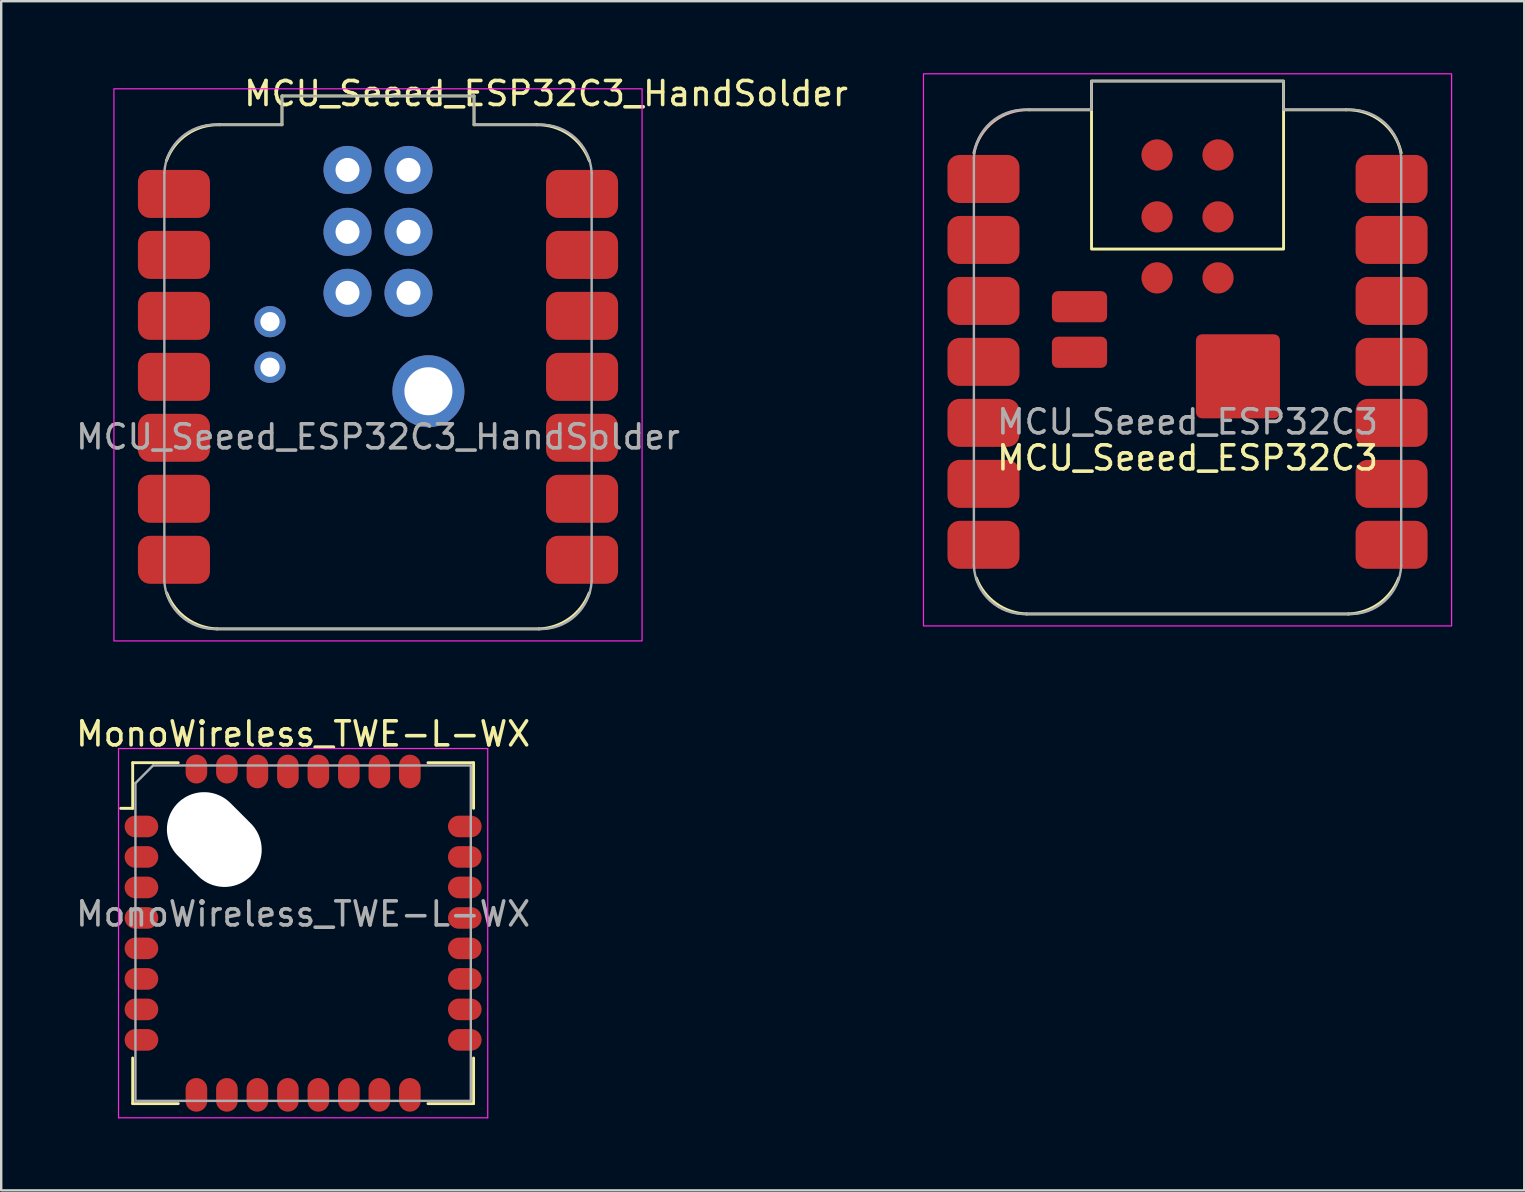
<source format=kicad_pcb>
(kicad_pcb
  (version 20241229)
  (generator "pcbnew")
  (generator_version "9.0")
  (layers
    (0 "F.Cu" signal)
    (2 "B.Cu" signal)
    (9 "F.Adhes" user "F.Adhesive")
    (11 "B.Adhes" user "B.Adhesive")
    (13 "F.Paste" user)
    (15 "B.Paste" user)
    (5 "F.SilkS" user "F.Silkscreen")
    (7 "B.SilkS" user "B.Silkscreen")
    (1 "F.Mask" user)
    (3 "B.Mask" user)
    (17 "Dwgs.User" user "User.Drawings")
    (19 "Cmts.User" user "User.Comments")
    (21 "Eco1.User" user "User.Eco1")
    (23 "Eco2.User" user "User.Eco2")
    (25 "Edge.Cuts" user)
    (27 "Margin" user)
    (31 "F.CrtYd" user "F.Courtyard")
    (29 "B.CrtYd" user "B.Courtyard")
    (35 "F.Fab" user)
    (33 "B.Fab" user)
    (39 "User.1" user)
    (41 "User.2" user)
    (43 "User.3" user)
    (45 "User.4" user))
  (footprint "MonoWireless_TWE-L-WX"
    (layer "F.Cu")
    (at 9.577 35.822)
    (property "Reference" "MonoWireless_TWE-L-WX" (at 0 -8.3 0) (layer "F.SilkS") (effects (font (size 1 1) (thickness 0.15))))
    (attr smd)
    (fp_line (start -7.1 -7.1) (end -7.1 -5.2) (stroke (width 0.12) (type solid)) (layer "F.SilkS"))
    (fp_line (start -7.1 -5.2) (end -7.6 -5.2) (stroke (width 0.12) (type solid)) (layer "F.SilkS"))
    (fp_line (start -7.1 5.2) (end -7.1 7.1) (stroke (width 0.12) (type solid)) (layer "F.SilkS"))
    (fp_line (start -7.1 7.1) (end -5.2 7.1) (stroke (width 0.12) (type solid)) (layer "F.SilkS"))
    (fp_line (start -5.2 -7.1) (end -7.1 -7.1) (stroke (width 0.12) (type solid)) (layer "F.SilkS"))
    (fp_line (start 5.2 -7.1) (end 7.1 -7.1) (stroke (width 0.12) (type solid)) (layer "F.SilkS"))
    (fp_line (start 5.2 7.1) (end 7.1 7.1) (stroke (width 0.12) (type solid)) (layer "F.SilkS"))
    (fp_line (start 7.1 -7.1) (end 7.1 -5.2) (stroke (width 0.12) (type solid)) (layer "F.SilkS"))
    (fp_line (start 7.1 7.1) (end 7.1 5.2) (stroke (width 0.12) (type solid)) (layer "F.SilkS"))
    (fp_line (start -7.69 -7.69) (end -7.69 7.69) (stroke (width 0.05) (type solid)) (layer "F.CrtYd"))
    (fp_line (start -7.69 7.69) (end 7.69 7.69) (stroke (width 0.05) (type solid)) (layer "F.CrtYd"))
    (fp_line (start 7.69 -7.69) (end -7.69 -7.69) (stroke (width 0.05) (type solid)) (layer "F.CrtYd"))
    (fp_line (start 7.69 7.69) (end 7.69 -7.69) (stroke (width 0.05) (type solid)) (layer "F.CrtYd"))
    (fp_line (start -6.985 -6.25) (end -6.985 6.985) (stroke (width 0.1) (type solid)) (layer "F.Fab"))
    (fp_line (start -6.985 6.985) (end 6.985 6.985) (stroke (width 0.1) (type solid)) (layer "F.Fab"))
    (fp_line (start -6.25 -6.985) (end -6.985 -6.25) (stroke (width 0.1) (type solid)) (layer "F.Fab"))
    (fp_line (start 6.985 -6.985) (end -6.25 -6.985) (stroke (width 0.1) (type solid)) (layer "F.Fab"))
    (fp_line (start 6.985 6.985) (end 6.985 -6.985) (stroke (width 0.1) (type solid)) (layer "F.Fab"))
    (fp_text user "${REFERENCE}" (at 0 -0.8 0) (layer "F.Fab") (effects (font (size 1 1) (thickness 0.15))))
    (pad "" np_thru_hole oval (at -3.7 -3.9 315) (size 4.3 3.1) (drill oval 4.3 3.1) (layers "*.Cu" "*.Mask"))
    (pad "1" smd oval (at -6.735 -4.445 90) (size 0.9 1.4) (layers "F.Cu" "F.Mask" "F.Paste"))
    (pad "2" smd oval (at -6.735 -3.175 90) (size 0.9 1.4) (layers "F.Cu" "F.Mask" "F.Paste"))
    (pad "3" smd oval (at -6.735 -1.905 90) (size 0.9 1.4) (layers "F.Cu" "F.Mask" "F.Paste"))
    (pad "4" smd oval (at -6.735 -0.635 90) (size 0.9 1.4) (layers "F.Cu" "F.Mask" "F.Paste"))
    (pad "5" smd oval (at -6.735 0.635 90) (size 0.9 1.4) (layers "F.Cu" "F.Mask" "F.Paste"))
    (pad "6" smd oval (at -6.735 1.905 90) (size 0.9 1.4) (layers "F.Cu" "F.Mask" "F.Paste"))
    (pad "7" smd oval (at -6.735 3.175 90) (size 0.9 1.4) (layers "F.Cu" "F.Mask" "F.Paste"))
    (pad "8" smd oval (at -6.735 4.445 90) (size 0.9 1.4) (layers "F.Cu" "F.Mask" "F.Paste"))
    (pad "9" smd oval (at -4.445 6.735) (size 0.9 1.4) (layers "F.Cu" "F.Mask" "F.Paste"))
    (pad "10" smd oval (at -3.175 6.735) (size 0.9 1.4) (layers "F.Cu" "F.Mask" "F.Paste"))
    (pad "11" smd oval (at -1.905 6.735) (size 0.9 1.4) (layers "F.Cu" "F.Mask" "F.Paste"))
    (pad "12" smd oval (at -0.635 6.735) (size 0.9 1.4) (layers "F.Cu" "F.Mask" "F.Paste"))
    (pad "13" smd oval (at 0.635 6.735) (size 0.9 1.4) (layers "F.Cu" "F.Mask" "F.Paste"))
    (pad "14" smd oval (at 1.905 6.735) (size 0.9 1.4) (layers "F.Cu" "F.Mask" "F.Paste"))
    (pad "15" smd oval (at 3.175 6.735) (size 0.9 1.4) (layers "F.Cu" "F.Mask" "F.Paste"))
    (pad "16" smd oval (at 4.445 6.735) (size 0.9 1.4) (layers "F.Cu" "F.Mask" "F.Paste"))
    (pad "17" smd oval (at 6.735 4.445 90) (size 0.9 1.4) (layers "F.Cu" "F.Mask" "F.Paste"))
    (pad "18" smd oval (at 6.735 3.175 90) (size 0.9 1.4) (layers "F.Cu" "F.Mask" "F.Paste"))
    (pad "19" smd oval (at 6.735 1.905 90) (size 0.9 1.4) (layers "F.Cu" "F.Mask" "F.Paste"))
    (pad "20" smd oval (at 6.735 0.635 90) (size 0.9 1.4) (layers "F.Cu" "F.Mask" "F.Paste"))
    (pad "21" smd oval (at 6.735 -0.635 90) (size 0.9 1.4) (layers "F.Cu" "F.Mask" "F.Paste"))
    (pad "22" smd oval (at 6.735 -1.905 90) (size 0.9 1.4) (layers "F.Cu" "F.Mask" "F.Paste"))
    (pad "23" smd oval (at 6.735 -3.175 90) (size 0.9 1.4) (layers "F.Cu" "F.Mask" "F.Paste"))
    (pad "24" smd oval (at 6.735 -4.445 90) (size 0.9 1.4) (layers "F.Cu" "F.Mask" "F.Paste"))
    (pad "25" smd oval (at 4.445 -6.735) (size 0.9 1.4) (layers "F.Cu" "F.Mask" "F.Paste"))
    (pad "26" smd oval (at 3.175 -6.735) (size 0.9 1.4) (layers "F.Cu" "F.Mask" "F.Paste"))
    (pad "27" smd oval (at 1.905 -6.735) (size 0.9 1.4) (layers "F.Cu" "F.Mask" "F.Paste"))
    (pad "28" smd oval (at 0.635 -6.735) (size 0.9 1.4) (layers "F.Cu" "F.Mask" "F.Paste"))
    (pad "29" smd oval (at -0.635 -6.735) (size 0.9 1.4) (layers "F.Cu" "F.Mask" "F.Paste"))
    (pad "30" smd oval (at -1.905 -6.735) (size 0.9 1.4) (layers "F.Cu" "F.Mask" "F.Paste"))
    (pad "31" smd oval (at -3.175 -6.835) (size 0.9 1.2) (layers "F.Cu" "F.Mask" "F.Paste"))
    (pad "32" smd oval (at -4.445 -6.835) (size 0.9 1.2) (layers "F.Cu" "F.Mask" "F.Paste")))
  (footprint "MCU_Seeed_ESP32C3"
    (layer "F.Cu")
    (at 46.418 12.025)
    (property "Reference" "MCU_Seeed_ESP32C3" (at 0 4 0) (unlocked yes) (layer "F.SilkS") (effects (font (size 1 1) (thickness 0.15))))
    (attr smd)
    (fp_line (start -6.7 10.5) (end 6.7 10.5) (stroke (width 0.12) (type default)) (layer "F.SilkS"))
    (fp_line (start -4 -10.5) (end -6.6 -10.5) (stroke (width 0.12) (type default)) (layer "F.SilkS"))
    (fp_line (start 6.6 -10.5) (end 4 -10.5) (stroke (width 0.12) (type default)) (layer "F.SilkS"))
    (fp_rect (start -4 -11.7) (end 4 -4.7) (stroke (width 0.12) (type default)) (fill no) (layer "F.SilkS"))
    (fp_arc (start -6.7 10.5) (mid -7.977232 10.068125) (end -8.8 9) (stroke (width 0.12) (type default)) (layer "F.SilkS"))
    (fp_arc (start 6.6 -10.5) (mid 8.077573 -10.018565) (end 8.9 -8.7) (stroke (width 0.12) (type default)) (layer "F.SilkS"))
    (fp_arc (start 8.8 9) (mid 7.977232 10.068125) (end 6.7 10.5) (stroke (width 0.12) (type default)) (layer "F.SilkS"))
    (fp_arc (start -8.9 -8.7) (mid -8.077573 -10.018566) (end -6.6 -10.5) (stroke (width 0.12) (type default)) (layer "B.SilkS"))
    (fp_rect (start -11 -12) (end 11 11) (stroke (width 0.05) (type default)) (fill no) (layer "F.CrtYd"))
    (fp_line (start -8.9 8.5) (end -8.9 -8.5) (stroke (width 0.1) (type default)) (layer "F.Fab"))
    (fp_line (start -6.7 -10.5) (end -4 -10.5) (stroke (width 0.1) (type default)) (layer "F.Fab"))
    (fp_line (start -4 -11.7) (end 4 -11.7) (stroke (width 0.1) (type default)) (layer "F.Fab"))
    (fp_line (start -4 -10.5) (end -4 -11.7) (stroke (width 0.1) (type default)) (layer "F.Fab"))
    (fp_line (start 4 -11.7) (end 4 -10.5) (stroke (width 0.1) (type default)) (layer "F.Fab"))
    (fp_line (start 4 -10.5) (end 6.7 -10.5) (stroke (width 0.1) (type default)) (layer "F.Fab"))
    (fp_line (start 6.7 10.5) (end -6.7 10.5) (stroke (width 0.1) (type default)) (layer "F.Fab"))
    (fp_line (start 8.9 -8.5) (end 8.9 8.5) (stroke (width 0.1) (type default)) (layer "F.Fab"))
    (fp_arc (start -8.9 -8.5) (mid -8.214214 -9.955635) (end -6.7 -10.5) (stroke (width 0.1) (type default)) (layer "F.Fab"))
    (fp_arc (start -6.7 10.5) (mid -8.214214 9.955635) (end -8.9 8.5) (stroke (width 0.1) (type default)) (layer "F.Fab"))
    (fp_arc (start 6.7 -10.499999) (mid 8.214695 -9.954472) (end 8.9 -8.497676) (stroke (width 0.1) (type default)) (layer "F.Fab"))
    (fp_arc (start 8.9 8.5) (mid 8.214214 9.955635) (end 6.7 10.5) (stroke (width 0.1) (type default)) (layer "F.Fab"))
    (fp_text user "${REFERENCE}" (at 0 2.5 0) (unlocked yes) (layer "F.Fab") (effects (font (size 1 1) (thickness 0.15))))
    (pad "1" smd roundrect (at -8.5 -7.62) (size 3 2) (layers "F.Cu" "F.Mask" "F.Paste") (roundrect_rratio 0.25))
    (pad "2" smd roundrect (at -8.5 -5.08) (size 3 2) (layers "F.Cu" "F.Mask" "F.Paste") (roundrect_rratio 0.25))
    (pad "3" smd roundrect (at -8.5 -2.54) (size 3 2) (layers "F.Cu" "F.Mask" "F.Paste") (roundrect_rratio 0.25))
    (pad "4" smd roundrect (at -8.5 0) (size 3 2) (layers "F.Cu" "F.Mask" "F.Paste") (roundrect_rratio 0.25))
    (pad "5" smd roundrect (at -8.5 2.54) (size 3 2) (layers "F.Cu" "F.Mask" "F.Paste") (roundrect_rratio 0.25))
    (pad "6" smd roundrect (at -8.5 5.08) (size 3 2) (layers "F.Cu" "F.Mask" "F.Paste") (roundrect_rratio 0.25))
    (pad "7" smd roundrect (at -8.5 7.62) (size 3 2) (layers "F.Cu" "F.Mask" "F.Paste") (roundrect_rratio 0.25))
    (pad "8" smd roundrect (at 8.5 7.62) (size 3 2) (layers "F.Cu" "F.Mask" "F.Paste") (roundrect_rratio 0.25))
    (pad "9" smd roundrect (at 8.5 5.08) (size 3 2) (layers "F.Cu" "F.Mask" "F.Paste") (roundrect_rratio 0.25))
    (pad "10" smd roundrect (at 8.5 2.54) (size 3 2) (layers "F.Cu" "F.Mask" "F.Paste") (roundrect_rratio 0.25))
    (pad "11" smd roundrect (at 8.5 0) (size 3 2) (layers "F.Cu" "F.Mask" "F.Paste") (roundrect_rratio 0.25))
    (pad "12" smd roundrect (at 8.5 -2.54) (size 3 2) (layers "F.Cu" "F.Mask" "F.Paste") (roundrect_rratio 0.25))
    (pad "13" smd roundrect (at 8.5 -5.08) (size 3 2) (layers "F.Cu" "F.Mask" "F.Paste") (roundrect_rratio 0.25))
    (pad "14" smd roundrect (at 8.5 -7.62) (size 3 2) (layers "F.Cu" "F.Mask" "F.Paste") (roundrect_rratio 0.25))
    (pad "15" smd roundrect (at 2.1 0.6) (size 3.5 3.5) (layers "F.Cu" "F.Mask" "F.Paste") (roundrect_rratio 0.071))
    (pad "16" smd roundrect (at -4.5 -0.4) (size 2.3 1.3) (layers "F.Cu" "F.Mask" "F.Paste") (roundrect_rratio 0.192))
    (pad "17" smd roundrect (at -4.5 -2.3) (size 2.3 1.3) (layers "F.Cu" "F.Mask" "F.Paste") (roundrect_rratio 0.192))
    (pad "18" smd circle (at -1.27 -8.62) (size 1.3 1.3) (layers "F.Cu" "F.Mask" "F.Paste"))
    (pad "19" smd circle (at -1.27 -6.04) (size 1.3 1.3) (layers "F.Cu" "F.Mask" "F.Paste"))
    (pad "20" smd circle (at -1.27 -3.5) (size 1.3 1.3) (layers "F.Cu" "F.Mask" "F.Paste"))
    (pad "21" smd circle (at 1.27 -3.5) (size 1.3 1.3) (layers "F.Cu" "F.Mask" "F.Paste"))
    (pad "22" smd circle (at 1.27 -6.04) (size 1.3 1.3) (layers "F.Cu" "F.Mask" "F.Paste"))
    (pad "23" smd circle (at 1.27 -8.62) (size 1.3 1.3) (layers "F.Cu" "F.Mask" "F.Paste")))
  (footprint "MCU_Seeed_ESP32C3_HandSolder"
    (layer "F.Cu")
    (at 12.696 12.648)
    (property "Reference" "MCU_Seeed_ESP32C3_HandSolder" (at 7 -11.8 0) (unlocked yes) (layer "F.SilkS") (effects (font (size 1 1) (thickness 0.15))))
    (attr smd)
    (fp_line (start -6.7 10.5) (end 6.7 10.5) (stroke (width 0.12) (type default)) (layer "F.SilkS"))
    (fp_line (start -4 -11.7) (end 4 -11.7) (stroke (width 0.12) (type default)) (layer "F.SilkS"))
    (fp_line (start -4 -10.5) (end -6.6 -10.5) (stroke (width 0.12) (type default)) (layer "F.SilkS"))
    (fp_line (start -4 -10.5) (end -4 -11.7) (stroke (width 0.12) (type default)) (layer "F.SilkS"))
    (fp_line (start 4 -11.7) (end 4 -10.5) (stroke (width 0.12) (type default)) (layer "F.SilkS"))
    (fp_line (start 6.6 -10.5) (end 4 -10.5) (stroke (width 0.12) (type default)) (layer "F.SilkS"))
    (fp_arc (start -8.812892 -9.00468) (mid -7.949609 -10.111769) (end -6.600468 -10.499999) (stroke (width 0.12) (type default)) (layer "F.SilkS"))
    (fp_arc (start -6.7 10.5) (mid -7.977232 10.068125) (end -8.8 9) (stroke (width 0.12) (type default)) (layer "F.SilkS"))
    (fp_arc (start 6.6 -10.499999) (mid 7.944325 -10.107116) (end 8.804034 -9.001464) (stroke (width 0.12) (type default)) (layer "F.SilkS"))
    (fp_arc (start 8.8 9) (mid 7.977232 10.068125) (end 6.7 10.5) (stroke (width 0.12) (type default)) (layer "F.SilkS"))
    (fp_rect (start -11 -12) (end 11 11) (stroke (width 0.05) (type default)) (fill no) (layer "F.CrtYd"))
    (fp_line (start -8.9 8.5) (end -8.9 -8.5) (stroke (width 0.1) (type default)) (layer "F.Fab"))
    (fp_line (start -6.7 -10.5) (end -4 -10.5) (stroke (width 0.1) (type default)) (layer "F.Fab"))
    (fp_line (start -4 -11.7) (end 4 -11.7) (stroke (width 0.1) (type default)) (layer "F.Fab"))
    (fp_line (start -4 -10.5) (end -4 -11.7) (stroke (width 0.1) (type default)) (layer "F.Fab"))
    (fp_line (start 4 -11.7) (end 4 -10.5) (stroke (width 0.1) (type default)) (layer "F.Fab"))
    (fp_line (start 4 -10.5) (end 6.7 -10.5) (stroke (width 0.1) (type default)) (layer "F.Fab"))
    (fp_line (start 6.7 10.5) (end -6.7 10.5) (stroke (width 0.1) (type default)) (layer "F.Fab"))
    (fp_line (start 8.9 -8.5) (end 8.9 8.5) (stroke (width 0.1) (type default)) (layer "F.Fab"))
    (fp_arc (start -8.9 -8.5) (mid -8.214214 -9.955635) (end -6.7 -10.5) (stroke (width 0.1) (type default)) (layer "F.Fab"))
    (fp_arc (start -6.7 10.5) (mid -8.214214 9.955635) (end -8.9 8.5) (stroke (width 0.1) (type default)) (layer "F.Fab"))
    (fp_arc (start 6.7 -10.499999) (mid 8.214695 -9.954472) (end 8.9 -8.497676) (stroke (width 0.1) (type default)) (layer "F.Fab"))
    (fp_arc (start 8.9 8.5) (mid 8.214214 9.955635) (end 6.7 10.5) (stroke (width 0.1) (type default)) (layer "F.Fab"))
    (fp_text user "${REFERENCE}" (at 0 2.5 0) (unlocked yes) (layer "F.Fab") (effects (font (size 1 1) (thickness 0.15))))
    (pad "1" smd roundrect (at -8.5 -7.62) (size 3 2) (layers "F.Cu" "F.Mask" "F.Paste") (roundrect_rratio 0.25))
    (pad "2" smd roundrect (at -8.5 -5.08) (size 3 2) (layers "F.Cu" "F.Mask" "F.Paste") (roundrect_rratio 0.25))
    (pad "3" smd roundrect (at -8.5 -2.54) (size 3 2) (layers "F.Cu" "F.Mask" "F.Paste") (roundrect_rratio 0.25))
    (pad "4" smd roundrect (at -8.5 0) (size 3 2) (layers "F.Cu" "F.Mask" "F.Paste") (roundrect_rratio 0.25))
    (pad "5" smd roundrect (at -8.5 2.54) (size 3 2) (layers "F.Cu" "F.Mask" "F.Paste") (roundrect_rratio 0.25))
    (pad "6" smd roundrect (at -8.5 5.08) (size 3 2) (layers "F.Cu" "F.Mask" "F.Paste") (roundrect_rratio 0.25))
    (pad "7" smd roundrect (at -8.5 7.62) (size 3 2) (layers "F.Cu" "F.Mask" "F.Paste") (roundrect_rratio 0.25))
    (pad "8" smd roundrect (at 8.5 7.62) (size 3 2) (layers "F.Cu" "F.Mask" "F.Paste") (roundrect_rratio 0.25))
    (pad "9" smd roundrect (at 8.5 5.08) (size 3 2) (layers "F.Cu" "F.Mask" "F.Paste") (roundrect_rratio 0.25))
    (pad "10" smd roundrect (at 8.5 2.54) (size 3 2) (layers "F.Cu" "F.Mask" "F.Paste") (roundrect_rratio 0.25))
    (pad "11" smd roundrect (at 8.5 0) (size 3 2) (layers "F.Cu" "F.Mask" "F.Paste") (roundrect_rratio 0.25))
    (pad "12" smd roundrect (at 8.5 -2.54) (size 3 2) (layers "F.Cu" "F.Mask" "F.Paste") (roundrect_rratio 0.25))
    (pad "13" smd roundrect (at 8.5 -5.08) (size 3 2) (layers "F.Cu" "F.Mask" "F.Paste") (roundrect_rratio 0.25))
    (pad "14" smd roundrect (at 8.5 -7.62) (size 3 2) (layers "F.Cu" "F.Mask" "F.Paste") (roundrect_rratio 0.25))
    (pad "15" thru_hole circle (at 2.1 0.6) (size 3 3) (drill 2) (layers "*.Cu" "*.Mask"))
    (pad "16" thru_hole circle (at -4.5 -0.4) (size 1.3 1.3) (drill 0.8) (layers "*.Cu" "*.Mask"))
    (pad "17" thru_hole circle (at -4.5 -2.3) (size 1.3 1.3) (drill 0.8) (layers "*.Cu" "*.Mask"))
    (pad "18" thru_hole circle (at -1.27 -8.62) (size 2 2) (drill 1) (layers "*.Cu" "*.Mask"))
    (pad "19" thru_hole circle (at -1.27 -6.04) (size 2 2) (drill 1) (layers "*.Cu" "*.Mask"))
    (pad "20" thru_hole circle (at -1.27 -3.5) (size 2 2) (drill 1) (layers "*.Cu" "*.Mask"))
    (pad "21" thru_hole circle (at 1.27 -3.5) (size 2 2) (drill 1) (layers "*.Cu" "*.Mask"))
    (pad "22" thru_hole circle (at 1.27 -6.04) (size 2 2) (drill 1) (layers "*.Cu" "*.Mask"))
    (pad "23" thru_hole circle (at 1.27 -8.62) (size 2 2) (drill 1) (layers "*.Cu" "*.Mask")))
  (gr_rect
    (start -3 -3)
    (end 60.443 46.536)
    (stroke (width 0.1) (type default))
    (fill no)
    (layer "Edge.Cuts")))
</source>
